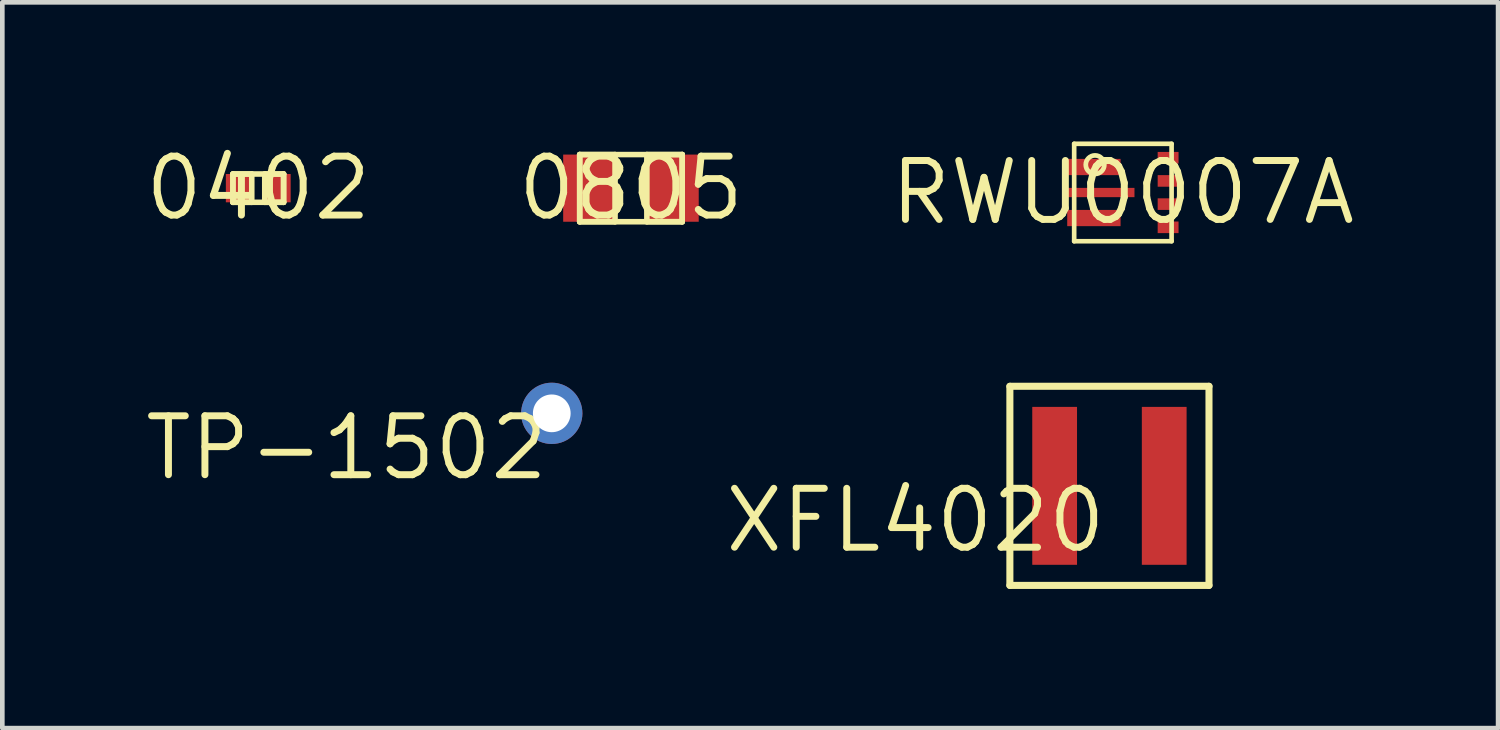
<source format=kicad_pcb>
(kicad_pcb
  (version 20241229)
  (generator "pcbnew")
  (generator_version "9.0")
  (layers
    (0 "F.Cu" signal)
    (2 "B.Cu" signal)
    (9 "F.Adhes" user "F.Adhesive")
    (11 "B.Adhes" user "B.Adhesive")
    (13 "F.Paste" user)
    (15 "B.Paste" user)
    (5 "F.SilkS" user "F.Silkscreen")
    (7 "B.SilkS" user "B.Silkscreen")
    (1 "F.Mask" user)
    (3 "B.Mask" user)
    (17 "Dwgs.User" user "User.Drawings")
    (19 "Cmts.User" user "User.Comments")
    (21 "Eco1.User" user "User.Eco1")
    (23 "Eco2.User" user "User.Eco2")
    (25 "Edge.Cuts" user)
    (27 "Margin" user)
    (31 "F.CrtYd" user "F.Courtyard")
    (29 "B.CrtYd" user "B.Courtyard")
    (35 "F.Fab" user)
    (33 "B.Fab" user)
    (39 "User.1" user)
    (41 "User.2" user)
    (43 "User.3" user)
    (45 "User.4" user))
  (footprint "0402"
    (layer "F.Cu")
    (at 2.517 1.006)
    (property "Reference" "0402" (at 0 0 0) (layer "F.SilkS") (effects (font (size 1.27 1.27) (thickness 0.15))))
    (attr through_hole)
    (fp_line (start -0.546 -0.305) (end -0.546 0.305) (stroke (width 0.12) (type solid)) (layer "F.SilkS"))
    (fp_line (start -0.546 -0.305) (end -0.546 0.305) (stroke (width 0.12) (type solid)) (layer "F.SilkS"))
    (fp_line (start -0.546 0.305) (end -0.14 0.305) (stroke (width 0.12) (type solid)) (layer "F.SilkS"))
    (fp_line (start -0.546 0.305) (end 0.546 0.305) (stroke (width 0.12) (type solid)) (layer "F.SilkS"))
    (fp_line (start -0.14 -0.305) (end -0.546 -0.305) (stroke (width 0.12) (type solid)) (layer "F.SilkS"))
    (fp_line (start -0.14 0.305) (end -0.14 -0.305) (stroke (width 0.12) (type solid)) (layer "F.SilkS"))
    (fp_line (start 0.14 -0.305) (end 0.14 0.305) (stroke (width 0.12) (type solid)) (layer "F.SilkS"))
    (fp_line (start 0.14 0.305) (end 0.546 0.305) (stroke (width 0.12) (type solid)) (layer "F.SilkS"))
    (fp_line (start 0.546 -0.305) (end -0.546 -0.305) (stroke (width 0.12) (type solid)) (layer "F.SilkS"))
    (fp_line (start 0.546 -0.305) (end 0.14 -0.305) (stroke (width 0.12) (type solid)) (layer "F.SilkS"))
    (fp_line (start 0.546 0.305) (end 0.546 -0.305) (stroke (width 0.12) (type solid)) (layer "F.SilkS"))
    (fp_line (start 0.546 0.305) (end 0.546 -0.305) (stroke (width 0.12) (type solid)) (layer "F.SilkS"))
    (pad "1" smd rect (at -0.419 0) (size 0.559 0.61) (layers "F.Cu" "F.Mask" "F.Paste"))
    (pad "2" smd rect (at 0.419 0) (size 0.559 0.61) (layers "F.Cu" "F.Mask" "F.Paste")))
  (footprint "0805"
    (layer "F.Cu")
    (at 10.551 1.006)
    (property "Reference" "0805" (at 0 0 0) (layer "F.SilkS") (effects (font (size 1.27 1.27) (thickness 0.15))))
    (attr through_hole)
    (fp_line (start -1.105 -0.724) (end -1.105 0.724) (stroke (width 0.12) (type solid)) (layer "F.SilkS"))
    (fp_line (start -1.105 -0.724) (end -1.105 0.724) (stroke (width 0.12) (type solid)) (layer "F.SilkS"))
    (fp_line (start -1.105 0.724) (end -0.343 0.724) (stroke (width 0.12) (type solid)) (layer "F.SilkS"))
    (fp_line (start -1.105 0.724) (end 1.105 0.724) (stroke (width 0.12) (type solid)) (layer "F.SilkS"))
    (fp_line (start -0.343 -0.724) (end -1.105 -0.724) (stroke (width 0.12) (type solid)) (layer "F.SilkS"))
    (fp_line (start -0.343 0.724) (end -0.343 -0.724) (stroke (width 0.12) (type solid)) (layer "F.SilkS"))
    (fp_line (start 0.343 -0.724) (end 0.343 0.724) (stroke (width 0.12) (type solid)) (layer "F.SilkS"))
    (fp_line (start 0.343 0.724) (end 1.105 0.724) (stroke (width 0.12) (type solid)) (layer "F.SilkS"))
    (fp_line (start 1.105 -0.724) (end -1.105 -0.724) (stroke (width 0.12) (type solid)) (layer "F.SilkS"))
    (fp_line (start 1.105 -0.724) (end 0.343 -0.724) (stroke (width 0.12) (type solid)) (layer "F.SilkS"))
    (fp_line (start 1.105 0.724) (end 1.105 -0.724) (stroke (width 0.12) (type solid)) (layer "F.SilkS"))
    (fp_line (start 1.105 0.724) (end 1.105 -0.724) (stroke (width 0.12) (type solid)) (layer "F.SilkS"))
    (pad "1" smd rect (at -0.902 0) (size 1.118 1.448) (layers "F.Cu" "F.Mask" "F.Paste"))
    (pad "2" smd rect (at 0.902 0) (size 1.118 1.448) (layers "F.Cu" "F.Mask" "F.Paste")))
  (footprint "TP-1502"
    (layer "F.Cu")
    (at 8.844 5.86)
    (property "Reference" "TP-1502" (at 0 0 0) (layer "F.SilkS") (effects (font (size 1.27 1.27) (thickness 0.15)) (justify right top)))
    (attr through_hole)
    (pad "1" thru_hole circle (at 0 0) (size 1.321 1.321) (drill 0.813) (layers "*.Cu" "*.Mask")))
  (footprint "RWU0007A"
    (layer "F.Cu")
    (at 21.155 1.1)
    (property "Reference" "RWU0007A" (at 0 0 0) (layer "F.SilkS") (effects (font (size 1.27 1.27) (thickness 0.15))))
    (attr through_hole)
    (fp_line (start -1.05 -1.05) (end 1.05 -1.05) (stroke (width 0.1) (type solid)) (layer "F.SilkS"))
    (fp_line (start -1.05 1.05) (end -1.05 -1.05) (stroke (width 0.1) (type solid)) (layer "F.SilkS"))
    (fp_line (start -1.05 1.05) (end 1.05 1.05) (stroke (width 0.1) (type solid)) (layer "F.SilkS"))
    (fp_line (start 1.05 1.05) (end 1.05 -1.05) (stroke (width 0.1) (type solid)) (layer "F.SilkS"))
    (fp_circle (center -0.6 -0.6) (end -0.4 -0.6) (stroke (width 0.102) (type solid)) (fill no) (layer "F.SilkS"))
    (fp_poly (pts (xy -1.2 -0.426) (xy -1.2 -0.674) (xy -1.199 -0.684) (xy -1.196 -0.694) (xy -1.191 -0.702) (xy -1.185 -0.71) (xy -1.177 -0.716) (xy -1.169 -0.721) (xy -1.159 -0.724) (xy -1.149 -0.725) (xy -0.776 -0.725) (xy -0.766 -0.724) (xy -0.756 -0.721) (xy -0.748 -0.716) (xy -0.74 -0.71) (xy -0.734 -0.702) (xy -0.729 -0.694) (xy -0.726 -0.684) (xy -0.725 -0.674) (xy -0.725 -0.426) (xy -0.726 -0.416) (xy -0.729 -0.406) (xy -0.734 -0.398) (xy -0.74 -0.39) (xy -0.748 -0.384) (xy -0.756 -0.379) (xy -0.766 -0.376) (xy -0.776 -0.375) (xy -1.149 -0.375) (xy -1.159 -0.376) (xy -1.169 -0.379) (xy -1.177 -0.384) (xy -1.185 -0.39) (xy -1.191 -0.398) (xy -1.196 -0.406) (xy -1.199 -0.416)) (stroke (width 0) (type solid)) (fill yes) (layer "F.Paste"))
    (fp_poly (pts (xy -1.2 0.674) (xy -1.2 0.426) (xy -1.199 0.416) (xy -1.196 0.406) (xy -1.191 0.398) (xy -1.185 0.39) (xy -1.177 0.384) (xy -1.169 0.379) (xy -1.159 0.376) (xy -1.149 0.375) (xy -0.776 0.375) (xy -0.766 0.376) (xy -0.756 0.379) (xy -0.748 0.384) (xy -0.74 0.39) (xy -0.734 0.398) (xy -0.729 0.406) (xy -0.726 0.416) (xy -0.725 0.426) (xy -0.725 0.674) (xy -0.726 0.684) (xy -0.729 0.694) (xy -0.734 0.702) (xy -0.74 0.71) (xy -0.748 0.716) (xy -0.756 0.721) (xy -0.766 0.724) (xy -0.776 0.725) (xy -1.149 0.725) (xy -1.159 0.724) (xy -1.169 0.721) (xy -1.177 0.716) (xy -1.185 0.71) (xy -1.191 0.702) (xy -1.196 0.694) (xy -1.199 0.684)) (stroke (width 0) (type solid)) (fill yes) (layer "F.Paste"))
    (fp_poly (pts (xy -0.575 -0.05) (xy -0.575 0.05) (xy -0.576 0.06) (xy -0.579 0.069) (xy -0.583 0.078) (xy -0.59 0.085) (xy -0.597 0.092) (xy -0.606 0.096) (xy -0.615 0.099) (xy -0.625 0.1) (xy -1.15 0.1) (xy -1.16 0.099) (xy -1.169 0.096) (xy -1.178 0.092) (xy -1.185 0.085) (xy -1.192 0.078) (xy -1.196 0.069) (xy -1.199 0.06) (xy -1.2 0.05) (xy -1.2 -0.05) (xy -1.199 -0.06) (xy -1.196 -0.069) (xy -1.192 -0.078) (xy -1.185 -0.085) (xy -1.178 -0.092) (xy -1.169 -0.096) (xy -1.16 -0.099) (xy -1.15 -0.1) (xy -0.625 -0.1) (xy -0.615 -0.099) (xy -0.606 -0.096) (xy -0.597 -0.092) (xy -0.59 -0.085) (xy -0.583 -0.078) (xy -0.579 -0.069) (xy -0.576 -0.06)) (stroke (width 0) (type solid)) (fill yes) (layer "F.Paste"))
    (fp_poly (pts (xy -0.525 -0.426) (xy -0.525 -0.674) (xy -0.524 -0.684) (xy -0.521 -0.694) (xy -0.516 -0.702) (xy -0.51 -0.71) (xy -0.502 -0.716) (xy -0.494 -0.721) (xy -0.484 -0.724) (xy -0.474 -0.725) (xy -0.101 -0.725) (xy -0.091 -0.724) (xy -0.081 -0.721) (xy -0.073 -0.716) (xy -0.065 -0.71) (xy -0.059 -0.702) (xy -0.054 -0.694) (xy -0.051 -0.684) (xy -0.05 -0.674) (xy -0.05 -0.426) (xy -0.051 -0.416) (xy -0.054 -0.406) (xy -0.059 -0.398) (xy -0.065 -0.39) (xy -0.073 -0.384) (xy -0.081 -0.379) (xy -0.091 -0.376) (xy -0.101 -0.375) (xy -0.474 -0.375) (xy -0.484 -0.376) (xy -0.494 -0.379) (xy -0.502 -0.384) (xy -0.51 -0.39) (xy -0.516 -0.398) (xy -0.521 -0.406) (xy -0.524 -0.416)) (stroke (width 0) (type solid)) (fill yes) (layer "F.Paste"))
    (fp_poly (pts (xy -0.525 0.674) (xy -0.525 0.426) (xy -0.524 0.416) (xy -0.521 0.406) (xy -0.516 0.398) (xy -0.51 0.39) (xy -0.502 0.384) (xy -0.494 0.379) (xy -0.484 0.376) (xy -0.474 0.375) (xy -0.101 0.375) (xy -0.091 0.376) (xy -0.081 0.379) (xy -0.073 0.384) (xy -0.065 0.39) (xy -0.059 0.398) (xy -0.054 0.406) (xy -0.051 0.416) (xy -0.05 0.426) (xy -0.05 0.674) (xy -0.051 0.684) (xy -0.054 0.694) (xy -0.059 0.702) (xy -0.065 0.71) (xy -0.073 0.716) (xy -0.081 0.721) (xy -0.091 0.724) (xy -0.101 0.725) (xy -0.474 0.725) (xy -0.484 0.724) (xy -0.494 0.721) (xy -0.502 0.716) (xy -0.51 0.71) (xy -0.516 0.702) (xy -0.521 0.694) (xy -0.524 0.684)) (stroke (width 0) (type solid)) (fill yes) (layer "F.Paste"))
    (fp_poly (pts (xy -0.375 0.05) (xy -0.375 -0.05) (xy -0.374 -0.06) (xy -0.371 -0.069) (xy -0.367 -0.078) (xy -0.36 -0.085) (xy -0.353 -0.092) (xy -0.344 -0.096) (xy -0.335 -0.099) (xy -0.325 -0.1) (xy 0.2 -0.1) (xy 0.21 -0.099) (xy 0.219 -0.096) (xy 0.228 -0.092) (xy 0.235 -0.085) (xy 0.242 -0.078) (xy 0.246 -0.069) (xy 0.249 -0.06) (xy 0.25 -0.05) (xy 0.25 0.05) (xy 0.249 0.06) (xy 0.246 0.069) (xy 0.242 0.078) (xy 0.235 0.085) (xy 0.228 0.092) (xy 0.219 0.096) (xy 0.21 0.099) (xy 0.2 0.1) (xy -0.325 0.1) (xy -0.335 0.099) (xy -0.344 0.096) (xy -0.353 0.092) (xy -0.36 0.085) (xy -0.367 0.078) (xy -0.371 0.069) (xy -0.374 0.06)) (stroke (width 0) (type solid)) (fill yes) (layer "F.Paste"))
    (pad "1" smd rect (at -0.625 -0.55) (size 1.15 0.35) (layers "F.Cu" "F.Mask" "F.Paste"))
    (pad "2" smd rect (at -0.475 0) (size 1.45 0.2) (layers "F.Cu" "F.Mask" "F.Paste"))
    (pad "3" smd rect (at -0.625 0.55) (size 1.15 0.35) (layers "F.Cu" "F.Mask" "F.Paste"))
    (pad "4" smd rect (at 0.975 0.75) (size 0.45 0.25) (layers "F.Cu" "F.Mask" "F.Paste"))
    (pad "5" smd rect (at 0.975 0.25) (size 0.45 0.25) (layers "F.Cu" "F.Mask" "F.Paste"))
    (pad "6" smd rect (at 0.975 -0.25) (size 0.45 0.25) (layers "F.Cu" "F.Mask" "F.Paste"))
    (pad "7" smd rect (at 0.975 -0.75) (size 0.45 0.25) (layers "F.Cu" "F.Mask" "F.Paste")))
  (footprint "XFL4020"
    (layer "F.Cu")
    (at 20.865 7.423)
    (property "Reference" "XFL4020" (at 0 0 0) (layer "F.SilkS") (effects (font (size 1.27 1.27) (thickness 0.15)) (justify right top)))
    (attr through_hole)
    (fp_line (start -2.146 -2.146) (end -2.146 2.146) (stroke (width 0.12) (type solid)) (layer "F.SilkS"))
    (fp_line (start -2.146 -2.146) (end -2.146 2.146) (stroke (width 0.152) (type solid)) (layer "F.SilkS"))
    (fp_line (start -2.146 2.146) (end 2.146 2.146) (stroke (width 0.12) (type solid)) (layer "F.SilkS"))
    (fp_line (start -2.146 2.146) (end 2.146 2.146) (stroke (width 0.152) (type solid)) (layer "F.SilkS"))
    (fp_line (start 2.146 -2.146) (end -2.146 -2.146) (stroke (width 0.12) (type solid)) (layer "F.SilkS"))
    (fp_line (start 2.146 -2.146) (end -2.146 -2.146) (stroke (width 0.152) (type solid)) (layer "F.SilkS"))
    (fp_line (start 2.146 2.146) (end 2.146 -2.146) (stroke (width 0.12) (type solid)) (layer "F.SilkS"))
    (fp_line (start 2.146 2.146) (end 2.146 -2.146) (stroke (width 0.152) (type solid)) (layer "F.SilkS"))
    (pad "1" smd rect (at -1.181 0) (size 0.965 3.404) (layers "F.Cu" "F.Mask" "F.Paste"))
    (pad "2" smd rect (at 1.181 0) (size 0.965 3.404) (layers "F.Cu" "F.Mask" "F.Paste")))
  (gr_rect
    (start -3 -3)
    (end 29.243 12.645)
    (stroke (width 0.1) (type default))
    (fill no)
    (layer "Edge.Cuts")))
</source>
